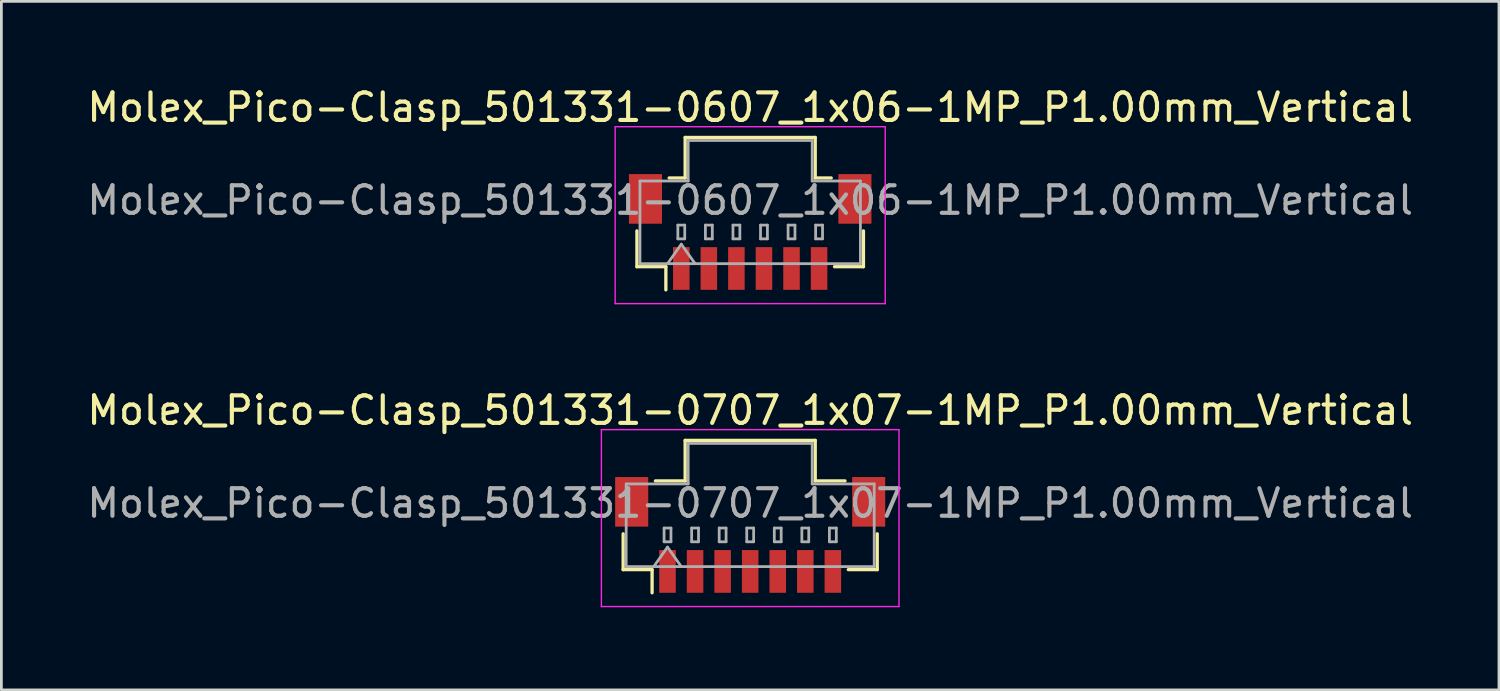
<source format=kicad_pcb>
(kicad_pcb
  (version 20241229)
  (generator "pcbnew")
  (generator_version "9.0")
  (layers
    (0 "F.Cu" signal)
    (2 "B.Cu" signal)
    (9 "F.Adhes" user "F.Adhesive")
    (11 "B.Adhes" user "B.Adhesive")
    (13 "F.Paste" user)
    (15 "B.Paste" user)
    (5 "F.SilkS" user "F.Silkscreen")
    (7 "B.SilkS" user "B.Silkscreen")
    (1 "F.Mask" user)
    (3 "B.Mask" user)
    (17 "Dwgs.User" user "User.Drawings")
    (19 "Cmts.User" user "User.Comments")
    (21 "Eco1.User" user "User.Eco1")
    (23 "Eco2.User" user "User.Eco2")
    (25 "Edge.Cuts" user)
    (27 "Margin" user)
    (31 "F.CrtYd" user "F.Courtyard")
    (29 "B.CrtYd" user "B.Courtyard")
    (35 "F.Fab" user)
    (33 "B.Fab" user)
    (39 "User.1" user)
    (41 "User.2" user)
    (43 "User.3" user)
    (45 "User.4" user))
  (footprint "Molex_Pico-Clasp_501331-0707_1x07-1MP_P1.00mm_Vertical"
    (layer "F.Cu")
    (at 24.173 16.361)
    (property "Reference" "Molex_Pico-Clasp_501331-0707_1x07-1MP_P1.00mm_Vertical" (at 0 -4.52 0) (layer "F.SilkS") (effects (font (size 1 1) (thickness 0.15))))
    (attr smd)
    (fp_line (start -4.61 -0.04) (end -4.61 1.26) (stroke (width 0.12) (type solid)) (layer "F.SilkS"))
    (fp_line (start -4.61 1.26) (end -3.56 1.26) (stroke (width 0.12) (type solid)) (layer "F.SilkS"))
    (fp_line (start -3.56 1.26) (end -3.56 2.1) (stroke (width 0.12) (type solid)) (layer "F.SilkS"))
    (fp_line (start -3.44 -1.96) (end -2.36 -1.96) (stroke (width 0.12) (type solid)) (layer "F.SilkS"))
    (fp_line (start -2.36 -3.43) (end 2.36 -3.43) (stroke (width 0.12) (type solid)) (layer "F.SilkS"))
    (fp_line (start -2.36 -1.96) (end -2.36 -3.43) (stroke (width 0.12) (type solid)) (layer "F.SilkS"))
    (fp_line (start 2.36 -3.43) (end 2.36 -1.96) (stroke (width 0.12) (type solid)) (layer "F.SilkS"))
    (fp_line (start 2.36 -1.96) (end 3.44 -1.96) (stroke (width 0.12) (type solid)) (layer "F.SilkS"))
    (fp_line (start 4.61 -0.04) (end 4.61 1.26) (stroke (width 0.12) (type solid)) (layer "F.SilkS"))
    (fp_line (start 4.61 1.26) (end 3.56 1.26) (stroke (width 0.12) (type solid)) (layer "F.SilkS"))
    (fp_line (start -5.4 -3.82) (end -5.4 2.6) (stroke (width 0.05) (type solid)) (layer "F.CrtYd"))
    (fp_line (start -5.4 2.6) (end 5.4 2.6) (stroke (width 0.05) (type solid)) (layer "F.CrtYd"))
    (fp_line (start 5.4 -3.82) (end -5.4 -3.82) (stroke (width 0.05) (type solid)) (layer "F.CrtYd"))
    (fp_line (start 5.4 2.6) (end 5.4 -3.82) (stroke (width 0.05) (type solid)) (layer "F.CrtYd"))
    (fp_line (start -4.5 -1.85) (end -2.25 -1.85) (stroke (width 0.1) (type solid)) (layer "F.Fab"))
    (fp_line (start -4.5 1.15) (end -4.5 -1.85) (stroke (width 0.1) (type solid)) (layer "F.Fab"))
    (fp_line (start -4.5 1.15) (end 4.5 1.15) (stroke (width 0.1) (type solid)) (layer "F.Fab"))
    (fp_line (start -3.5 1.15) (end -3 0.443) (stroke (width 0.1) (type solid)) (layer "F.Fab"))
    (fp_line (start -3.125 -0.25) (end -3.125 0.25) (stroke (width 0.1) (type solid)) (layer "F.Fab"))
    (fp_line (start -3.125 0.25) (end -2.875 0.25) (stroke (width 0.1) (type solid)) (layer "F.Fab"))
    (fp_line (start -3 0.443) (end -2.5 1.15) (stroke (width 0.1) (type solid)) (layer "F.Fab"))
    (fp_line (start -2.875 -0.25) (end -3.125 -0.25) (stroke (width 0.1) (type solid)) (layer "F.Fab"))
    (fp_line (start -2.875 0.25) (end -2.875 -0.25) (stroke (width 0.1) (type solid)) (layer "F.Fab"))
    (fp_line (start -2.25 -3.32) (end 2.25 -3.32) (stroke (width 0.1) (type solid)) (layer "F.Fab"))
    (fp_line (start -2.25 -1.85) (end -2.25 -3.32) (stroke (width 0.1) (type solid)) (layer "F.Fab"))
    (fp_line (start -2.125 -0.25) (end -2.125 0.25) (stroke (width 0.1) (type solid)) (layer "F.Fab"))
    (fp_line (start -2.125 0.25) (end -1.875 0.25) (stroke (width 0.1) (type solid)) (layer "F.Fab"))
    (fp_line (start -1.875 -0.25) (end -2.125 -0.25) (stroke (width 0.1) (type solid)) (layer "F.Fab"))
    (fp_line (start -1.875 0.25) (end -1.875 -0.25) (stroke (width 0.1) (type solid)) (layer "F.Fab"))
    (fp_line (start -1.125 -0.25) (end -1.125 0.25) (stroke (width 0.1) (type solid)) (layer "F.Fab"))
    (fp_line (start -1.125 0.25) (end -0.875 0.25) (stroke (width 0.1) (type solid)) (layer "F.Fab"))
    (fp_line (start -0.875 -0.25) (end -1.125 -0.25) (stroke (width 0.1) (type solid)) (layer "F.Fab"))
    (fp_line (start -0.875 0.25) (end -0.875 -0.25) (stroke (width 0.1) (type solid)) (layer "F.Fab"))
    (fp_line (start -0.125 -0.25) (end -0.125 0.25) (stroke (width 0.1) (type solid)) (layer "F.Fab"))
    (fp_line (start -0.125 0.25) (end 0.125 0.25) (stroke (width 0.1) (type solid)) (layer "F.Fab"))
    (fp_line (start 0.125 -0.25) (end -0.125 -0.25) (stroke (width 0.1) (type solid)) (layer "F.Fab"))
    (fp_line (start 0.125 0.25) (end 0.125 -0.25) (stroke (width 0.1) (type solid)) (layer "F.Fab"))
    (fp_line (start 0.875 -0.25) (end 0.875 0.25) (stroke (width 0.1) (type solid)) (layer "F.Fab"))
    (fp_line (start 0.875 0.25) (end 1.125 0.25) (stroke (width 0.1) (type solid)) (layer "F.Fab"))
    (fp_line (start 1.125 -0.25) (end 0.875 -0.25) (stroke (width 0.1) (type solid)) (layer "F.Fab"))
    (fp_line (start 1.125 0.25) (end 1.125 -0.25) (stroke (width 0.1) (type solid)) (layer "F.Fab"))
    (fp_line (start 1.875 -0.25) (end 1.875 0.25) (stroke (width 0.1) (type solid)) (layer "F.Fab"))
    (fp_line (start 1.875 0.25) (end 2.125 0.25) (stroke (width 0.1) (type solid)) (layer "F.Fab"))
    (fp_line (start 2.125 -0.25) (end 1.875 -0.25) (stroke (width 0.1) (type solid)) (layer "F.Fab"))
    (fp_line (start 2.125 0.25) (end 2.125 -0.25) (stroke (width 0.1) (type solid)) (layer "F.Fab"))
    (fp_line (start 2.25 -3.32) (end 2.25 -1.85) (stroke (width 0.1) (type solid)) (layer "F.Fab"))
    (fp_line (start 2.25 -1.85) (end 4.5 -1.85) (stroke (width 0.1) (type solid)) (layer "F.Fab"))
    (fp_line (start 2.875 -0.25) (end 2.875 0.25) (stroke (width 0.1) (type solid)) (layer "F.Fab"))
    (fp_line (start 2.875 0.25) (end 3.125 0.25) (stroke (width 0.1) (type solid)) (layer "F.Fab"))
    (fp_line (start 3.125 -0.25) (end 2.875 -0.25) (stroke (width 0.1) (type solid)) (layer "F.Fab"))
    (fp_line (start 3.125 0.25) (end 3.125 -0.25) (stroke (width 0.1) (type solid)) (layer "F.Fab"))
    (fp_line (start 4.5 1.15) (end 4.5 -1.85) (stroke (width 0.1) (type solid)) (layer "F.Fab"))
    (fp_text user "${REFERENCE}" (at 0 -1.15 0) (layer "F.Fab") (effects (font (size 1 1) (thickness 0.15))))
    (pad "1" smd rect (at -3 1.325) (size 0.6 1.55) (layers "F.Cu" "F.Mask" "F.Paste"))
    (pad "2" smd rect (at -2 1.325) (size 0.6 1.55) (layers "F.Cu" "F.Mask" "F.Paste"))
    (pad "3" smd rect (at -1 1.325) (size 0.6 1.55) (layers "F.Cu" "F.Mask" "F.Paste"))
    (pad "4" smd rect (at 0 1.325) (size 0.6 1.55) (layers "F.Cu" "F.Mask" "F.Paste"))
    (pad "5" smd rect (at 1 1.325) (size 0.6 1.55) (layers "F.Cu" "F.Mask" "F.Paste"))
    (pad "6" smd rect (at 2 1.325) (size 0.6 1.55) (layers "F.Cu" "F.Mask" "F.Paste"))
    (pad "7" smd rect (at 3 1.325) (size 0.6 1.55) (layers "F.Cu" "F.Mask" "F.Paste"))
    (pad "MP" smd rect (at -4.3 -1.2) (size 1.2 1.8) (layers "F.Cu" "F.Mask" "F.Paste"))
    (pad "MP" smd rect (at 4.3 -1.2) (size 1.2 1.8) (layers "F.Cu" "F.Mask" "F.Paste")))
  (footprint "Molex_Pico-Clasp_501331-0607_1x06-1MP_P1.00mm_Vertical"
    (layer "F.Cu")
    (at 24.173 5.368)
    (property "Reference" "Molex_Pico-Clasp_501331-0607_1x06-1MP_P1.00mm_Vertical" (at 0 -4.52 0) (layer "F.SilkS") (effects (font (size 1 1) (thickness 0.15))))
    (attr smd)
    (fp_line (start -4.11 -0.04) (end -4.11 1.26) (stroke (width 0.12) (type solid)) (layer "F.SilkS"))
    (fp_line (start -4.11 1.26) (end -3.06 1.26) (stroke (width 0.12) (type solid)) (layer "F.SilkS"))
    (fp_line (start -3.06 1.26) (end -3.06 2.1) (stroke (width 0.12) (type solid)) (layer "F.SilkS"))
    (fp_line (start -2.94 -1.96) (end -2.36 -1.96) (stroke (width 0.12) (type solid)) (layer "F.SilkS"))
    (fp_line (start -2.36 -3.43) (end 2.36 -3.43) (stroke (width 0.12) (type solid)) (layer "F.SilkS"))
    (fp_line (start -2.36 -1.96) (end -2.36 -3.43) (stroke (width 0.12) (type solid)) (layer "F.SilkS"))
    (fp_line (start 2.36 -3.43) (end 2.36 -1.96) (stroke (width 0.12) (type solid)) (layer "F.SilkS"))
    (fp_line (start 2.36 -1.96) (end 2.94 -1.96) (stroke (width 0.12) (type solid)) (layer "F.SilkS"))
    (fp_line (start 4.11 -0.04) (end 4.11 1.26) (stroke (width 0.12) (type solid)) (layer "F.SilkS"))
    (fp_line (start 4.11 1.26) (end 3.06 1.26) (stroke (width 0.12) (type solid)) (layer "F.SilkS"))
    (fp_line (start -4.9 -3.82) (end -4.9 2.6) (stroke (width 0.05) (type solid)) (layer "F.CrtYd"))
    (fp_line (start -4.9 2.6) (end 4.9 2.6) (stroke (width 0.05) (type solid)) (layer "F.CrtYd"))
    (fp_line (start 4.9 -3.82) (end -4.9 -3.82) (stroke (width 0.05) (type solid)) (layer "F.CrtYd"))
    (fp_line (start 4.9 2.6) (end 4.9 -3.82) (stroke (width 0.05) (type solid)) (layer "F.CrtYd"))
    (fp_line (start -4 -1.85) (end -2.25 -1.85) (stroke (width 0.1) (type solid)) (layer "F.Fab"))
    (fp_line (start -4 1.15) (end -4 -1.85) (stroke (width 0.1) (type solid)) (layer "F.Fab"))
    (fp_line (start -4 1.15) (end 4 1.15) (stroke (width 0.1) (type solid)) (layer "F.Fab"))
    (fp_line (start -3 1.15) (end -2.5 0.443) (stroke (width 0.1) (type solid)) (layer "F.Fab"))
    (fp_line (start -2.625 -0.25) (end -2.625 0.25) (stroke (width 0.1) (type solid)) (layer "F.Fab"))
    (fp_line (start -2.625 0.25) (end -2.375 0.25) (stroke (width 0.1) (type solid)) (layer "F.Fab"))
    (fp_line (start -2.5 0.443) (end -2 1.15) (stroke (width 0.1) (type solid)) (layer "F.Fab"))
    (fp_line (start -2.375 -0.25) (end -2.625 -0.25) (stroke (width 0.1) (type solid)) (layer "F.Fab"))
    (fp_line (start -2.375 0.25) (end -2.375 -0.25) (stroke (width 0.1) (type solid)) (layer "F.Fab"))
    (fp_line (start -2.25 -3.32) (end 2.25 -3.32) (stroke (width 0.1) (type solid)) (layer "F.Fab"))
    (fp_line (start -2.25 -1.85) (end -2.25 -3.32) (stroke (width 0.1) (type solid)) (layer "F.Fab"))
    (fp_line (start -1.625 -0.25) (end -1.625 0.25) (stroke (width 0.1) (type solid)) (layer "F.Fab"))
    (fp_line (start -1.625 0.25) (end -1.375 0.25) (stroke (width 0.1) (type solid)) (layer "F.Fab"))
    (fp_line (start -1.375 -0.25) (end -1.625 -0.25) (stroke (width 0.1) (type solid)) (layer "F.Fab"))
    (fp_line (start -1.375 0.25) (end -1.375 -0.25) (stroke (width 0.1) (type solid)) (layer "F.Fab"))
    (fp_line (start -0.625 -0.25) (end -0.625 0.25) (stroke (width 0.1) (type solid)) (layer "F.Fab"))
    (fp_line (start -0.625 0.25) (end -0.375 0.25) (stroke (width 0.1) (type solid)) (layer "F.Fab"))
    (fp_line (start -0.375 -0.25) (end -0.625 -0.25) (stroke (width 0.1) (type solid)) (layer "F.Fab"))
    (fp_line (start -0.375 0.25) (end -0.375 -0.25) (stroke (width 0.1) (type solid)) (layer "F.Fab"))
    (fp_line (start 0.375 -0.25) (end 0.375 0.25) (stroke (width 0.1) (type solid)) (layer "F.Fab"))
    (fp_line (start 0.375 0.25) (end 0.625 0.25) (stroke (width 0.1) (type solid)) (layer "F.Fab"))
    (fp_line (start 0.625 -0.25) (end 0.375 -0.25) (stroke (width 0.1) (type solid)) (layer "F.Fab"))
    (fp_line (start 0.625 0.25) (end 0.625 -0.25) (stroke (width 0.1) (type solid)) (layer "F.Fab"))
    (fp_line (start 1.375 -0.25) (end 1.375 0.25) (stroke (width 0.1) (type solid)) (layer "F.Fab"))
    (fp_line (start 1.375 0.25) (end 1.625 0.25) (stroke (width 0.1) (type solid)) (layer "F.Fab"))
    (fp_line (start 1.625 -0.25) (end 1.375 -0.25) (stroke (width 0.1) (type solid)) (layer "F.Fab"))
    (fp_line (start 1.625 0.25) (end 1.625 -0.25) (stroke (width 0.1) (type solid)) (layer "F.Fab"))
    (fp_line (start 2.25 -3.32) (end 2.25 -1.85) (stroke (width 0.1) (type solid)) (layer "F.Fab"))
    (fp_line (start 2.25 -1.85) (end 4 -1.85) (stroke (width 0.1) (type solid)) (layer "F.Fab"))
    (fp_line (start 2.375 -0.25) (end 2.375 0.25) (stroke (width 0.1) (type solid)) (layer "F.Fab"))
    (fp_line (start 2.375 0.25) (end 2.625 0.25) (stroke (width 0.1) (type solid)) (layer "F.Fab"))
    (fp_line (start 2.625 -0.25) (end 2.375 -0.25) (stroke (width 0.1) (type solid)) (layer "F.Fab"))
    (fp_line (start 2.625 0.25) (end 2.625 -0.25) (stroke (width 0.1) (type solid)) (layer "F.Fab"))
    (fp_line (start 4 1.15) (end 4 -1.85) (stroke (width 0.1) (type solid)) (layer "F.Fab"))
    (fp_text user "${REFERENCE}" (at 0 -1.15 0) (layer "F.Fab") (effects (font (size 1 1) (thickness 0.15))))
    (pad "1" smd rect (at -2.5 1.325) (size 0.6 1.55) (layers "F.Cu" "F.Mask" "F.Paste"))
    (pad "2" smd rect (at -1.5 1.325) (size 0.6 1.55) (layers "F.Cu" "F.Mask" "F.Paste"))
    (pad "3" smd rect (at -0.5 1.325) (size 0.6 1.55) (layers "F.Cu" "F.Mask" "F.Paste"))
    (pad "4" smd rect (at 0.5 1.325) (size 0.6 1.55) (layers "F.Cu" "F.Mask" "F.Paste"))
    (pad "5" smd rect (at 1.5 1.325) (size 0.6 1.55) (layers "F.Cu" "F.Mask" "F.Paste"))
    (pad "6" smd rect (at 2.5 1.325) (size 0.6 1.55) (layers "F.Cu" "F.Mask" "F.Paste"))
    (pad "MP" smd rect (at -3.8 -1.2) (size 1.2 1.8) (layers "F.Cu" "F.Mask" "F.Paste"))
    (pad "MP" smd rect (at 3.8 -1.2) (size 1.2 1.8) (layers "F.Cu" "F.Mask" "F.Paste")))
  (gr_rect
    (start -3 -3)
    (end 51.345 21.986)
    (stroke (width 0.1) (type default))
    (fill no)
    (layer "Edge.Cuts")))
</source>
